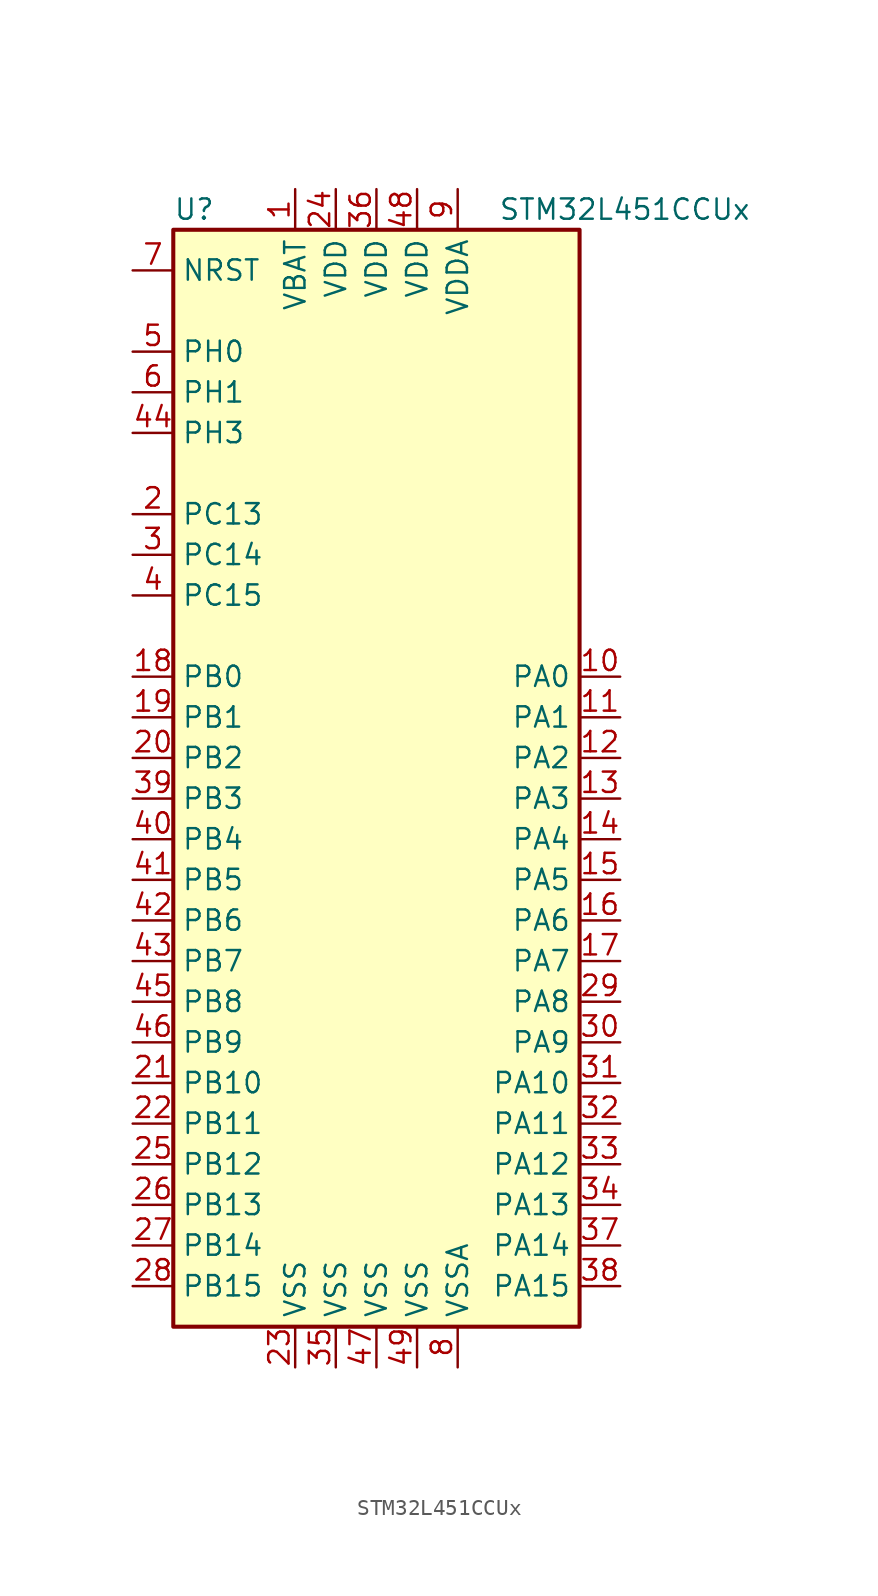
<source format=kicad_sym>
(kicad_symbol_lib
  (version 20201005)
  (generator kicad_symbol_editor)
  (symbol "STM32L451CCUx"
    (property "Reference" "U"
      (at -12.7 34.29 0)
      (effects (font (size 1.27 1.27)) (justify left)))
    (property "Value" "STM32L451CCUx"
      (at 7.62 34.29 0)
      (effects (font (size 1.27 1.27)) (justify left)))
    (symbol "STM32L451CCUx_0_1"
      (rectangle (start -12.7 -35.56) (end 12.7 33.02) (stroke (width 0.254)) (fill (type background))))
    (symbol "STM32L451CCUx_1_1"
      (pin power_in line (at -5.08 35.56 270) (length 2.54) (name "VBAT" (effects (font (size 1.27 1.27)))) (number "1" (effects (font (size 1.27 1.27)))))
      (pin bidirectional line (at 15.24 5.08 180) (length 2.54) (name "PA0" (effects (font (size 1.27 1.27)))) (number "10" (effects (font (size 1.27 1.27)))))
      (pin bidirectional line (at 15.24 2.54 180) (length 2.54) (name "PA1" (effects (font (size 1.27 1.27)))) (number "11" (effects (font (size 1.27 1.27)))))
      (pin bidirectional line (at 15.24 0 180) (length 2.54) (name "PA2" (effects (font (size 1.27 1.27)))) (number "12" (effects (font (size 1.27 1.27)))))
      (pin bidirectional line (at 15.24 -2.54 180) (length 2.54) (name "PA3" (effects (font (size 1.27 1.27)))) (number "13" (effects (font (size 1.27 1.27)))))
      (pin bidirectional line (at 15.24 -5.08 180) (length 2.54) (name "PA4" (effects (font (size 1.27 1.27)))) (number "14" (effects (font (size 1.27 1.27)))))
      (pin bidirectional line (at 15.24 -7.62 180) (length 2.54) (name "PA5" (effects (font (size 1.27 1.27)))) (number "15" (effects (font (size 1.27 1.27)))))
      (pin bidirectional line (at 15.24 -10.16 180) (length 2.54) (name "PA6" (effects (font (size 1.27 1.27)))) (number "16" (effects (font (size 1.27 1.27)))))
      (pin bidirectional line (at 15.24 -12.7 180) (length 2.54) (name "PA7" (effects (font (size 1.27 1.27)))) (number "17" (effects (font (size 1.27 1.27)))))
      (pin bidirectional line (at -15.24 5.08 0) (length 2.54) (name "PB0" (effects (font (size 1.27 1.27)))) (number "18" (effects (font (size 1.27 1.27)))))
      (pin bidirectional line (at -15.24 2.54 0) (length 2.54) (name "PB1" (effects (font (size 1.27 1.27)))) (number "19" (effects (font (size 1.27 1.27)))))
      (pin bidirectional line (at -15.24 15.24 0) (length 2.54) (name "PC13" (effects (font (size 1.27 1.27)))) (number "2" (effects (font (size 1.27 1.27)))))
      (pin bidirectional line (at -15.24 0 0) (length 2.54) (name "PB2" (effects (font (size 1.27 1.27)))) (number "20" (effects (font (size 1.27 1.27)))))
      (pin bidirectional line (at -15.24 -20.32 0) (length 2.54) (name "PB10" (effects (font (size 1.27 1.27)))) (number "21" (effects (font (size 1.27 1.27)))))
      (pin bidirectional line (at -15.24 -22.86 0) (length 2.54) (name "PB11" (effects (font (size 1.27 1.27)))) (number "22" (effects (font (size 1.27 1.27)))))
      (pin power_in line (at -5.08 -38.1 90) (length 2.54) (name "VSS" (effects (font (size 1.27 1.27)))) (number "23" (effects (font (size 1.27 1.27)))))
      (pin power_in line (at -2.54 35.56 270) (length 2.54) (name "VDD" (effects (font (size 1.27 1.27)))) (number "24" (effects (font (size 1.27 1.27)))))
      (pin bidirectional line (at -15.24 -25.4 0) (length 2.54) (name "PB12" (effects (font (size 1.27 1.27)))) (number "25" (effects (font (size 1.27 1.27)))))
      (pin bidirectional line (at -15.24 -27.94 0) (length 2.54) (name "PB13" (effects (font (size 1.27 1.27)))) (number "26" (effects (font (size 1.27 1.27)))))
      (pin bidirectional line (at -15.24 -30.48 0) (length 2.54) (name "PB14" (effects (font (size 1.27 1.27)))) (number "27" (effects (font (size 1.27 1.27)))))
      (pin bidirectional line (at -15.24 -33.02 0) (length 2.54) (name "PB15" (effects (font (size 1.27 1.27)))) (number "28" (effects (font (size 1.27 1.27)))))
      (pin bidirectional line (at 15.24 -15.24 180) (length 2.54) (name "PA8" (effects (font (size 1.27 1.27)))) (number "29" (effects (font (size 1.27 1.27)))))
      (pin bidirectional line (at -15.24 12.7 0) (length 2.54) (name "PC14" (effects (font (size 1.27 1.27)))) (number "3" (effects (font (size 1.27 1.27)))))
      (pin bidirectional line (at 15.24 -17.78 180) (length 2.54) (name "PA9" (effects (font (size 1.27 1.27)))) (number "30" (effects (font (size 1.27 1.27)))))
      (pin bidirectional line (at 15.24 -20.32 180) (length 2.54) (name "PA10" (effects (font (size 1.27 1.27)))) (number "31" (effects (font (size 1.27 1.27)))))
      (pin bidirectional line (at 15.24 -22.86 180) (length 2.54) (name "PA11" (effects (font (size 1.27 1.27)))) (number "32" (effects (font (size 1.27 1.27)))))
      (pin bidirectional line (at 15.24 -25.4 180) (length 2.54) (name "PA12" (effects (font (size 1.27 1.27)))) (number "33" (effects (font (size 1.27 1.27)))))
      (pin bidirectional line (at 15.24 -27.94 180) (length 2.54) (name "PA13" (effects (font (size 1.27 1.27)))) (number "34" (effects (font (size 1.27 1.27)))))
      (pin power_in line (at -2.54 -38.1 90) (length 2.54) (name "VSS" (effects (font (size 1.27 1.27)))) (number "35" (effects (font (size 1.27 1.27)))))
      (pin power_in line (at 0 35.56 270) (length 2.54) (name "VDD" (effects (font (size 1.27 1.27)))) (number "36" (effects (font (size 1.27 1.27)))))
      (pin bidirectional line (at 15.24 -30.48 180) (length 2.54) (name "PA14" (effects (font (size 1.27 1.27)))) (number "37" (effects (font (size 1.27 1.27)))))
      (pin bidirectional line (at 15.24 -33.02 180) (length 2.54) (name "PA15" (effects (font (size 1.27 1.27)))) (number "38" (effects (font (size 1.27 1.27)))))
      (pin bidirectional line (at -15.24 -2.54 0) (length 2.54) (name "PB3" (effects (font (size 1.27 1.27)))) (number "39" (effects (font (size 1.27 1.27)))))
      (pin bidirectional line (at -15.24 10.16 0) (length 2.54) (name "PC15" (effects (font (size 1.27 1.27)))) (number "4" (effects (font (size 1.27 1.27)))))
      (pin bidirectional line (at -15.24 -5.08 0) (length 2.54) (name "PB4" (effects (font (size 1.27 1.27)))) (number "40" (effects (font (size 1.27 1.27)))))
      (pin bidirectional line (at -15.24 -7.62 0) (length 2.54) (name "PB5" (effects (font (size 1.27 1.27)))) (number "41" (effects (font (size 1.27 1.27)))))
      (pin bidirectional line (at -15.24 -10.16 0) (length 2.54) (name "PB6" (effects (font (size 1.27 1.27)))) (number "42" (effects (font (size 1.27 1.27)))))
      (pin bidirectional line (at -15.24 -12.7 0) (length 2.54) (name "PB7" (effects (font (size 1.27 1.27)))) (number "43" (effects (font (size 1.27 1.27)))))
      (pin bidirectional line (at -15.24 20.32 0) (length 2.54) (name "PH3" (effects (font (size 1.27 1.27)))) (number "44" (effects (font (size 1.27 1.27)))))
      (pin bidirectional line (at -15.24 -15.24 0) (length 2.54) (name "PB8" (effects (font (size 1.27 1.27)))) (number "45" (effects (font (size 1.27 1.27)))))
      (pin bidirectional line (at -15.24 -17.78 0) (length 2.54) (name "PB9" (effects (font (size 1.27 1.27)))) (number "46" (effects (font (size 1.27 1.27)))))
      (pin power_in line (at 0 -38.1 90) (length 2.54) (name "VSS" (effects (font (size 1.27 1.27)))) (number "47" (effects (font (size 1.27 1.27)))))
      (pin power_in line (at 2.54 35.56 270) (length 2.54) (name "VDD" (effects (font (size 1.27 1.27)))) (number "48" (effects (font (size 1.27 1.27)))))
      (pin power_in line (at 2.54 -38.1 90) (length 2.54) (name "VSS" (effects (font (size 1.27 1.27)))) (number "49" (effects (font (size 1.27 1.27)))))
      (pin input line (at -15.24 25.4 0) (length 2.54) (name "PH0" (effects (font (size 1.27 1.27)))) (number "5" (effects (font (size 1.27 1.27)))))
      (pin input line (at -15.24 22.86 0) (length 2.54) (name "PH1" (effects (font (size 1.27 1.27)))) (number "6" (effects (font (size 1.27 1.27)))))
      (pin input line (at -15.24 30.48 0) (length 2.54) (name "NRST" (effects (font (size 1.27 1.27)))) (number "7" (effects (font (size 1.27 1.27)))))
      (pin power_in line (at 5.08 -38.1 90) (length 2.54) (name "VSSA" (effects (font (size 1.27 1.27)))) (number "8" (effects (font (size 1.27 1.27)))))
      (pin power_in line (at 5.08 35.56 270) (length 2.54) (name "VDDA" (effects (font (size 1.27 1.27)))) (number "9" (effects (font (size 1.27 1.27))))))))
</source>
